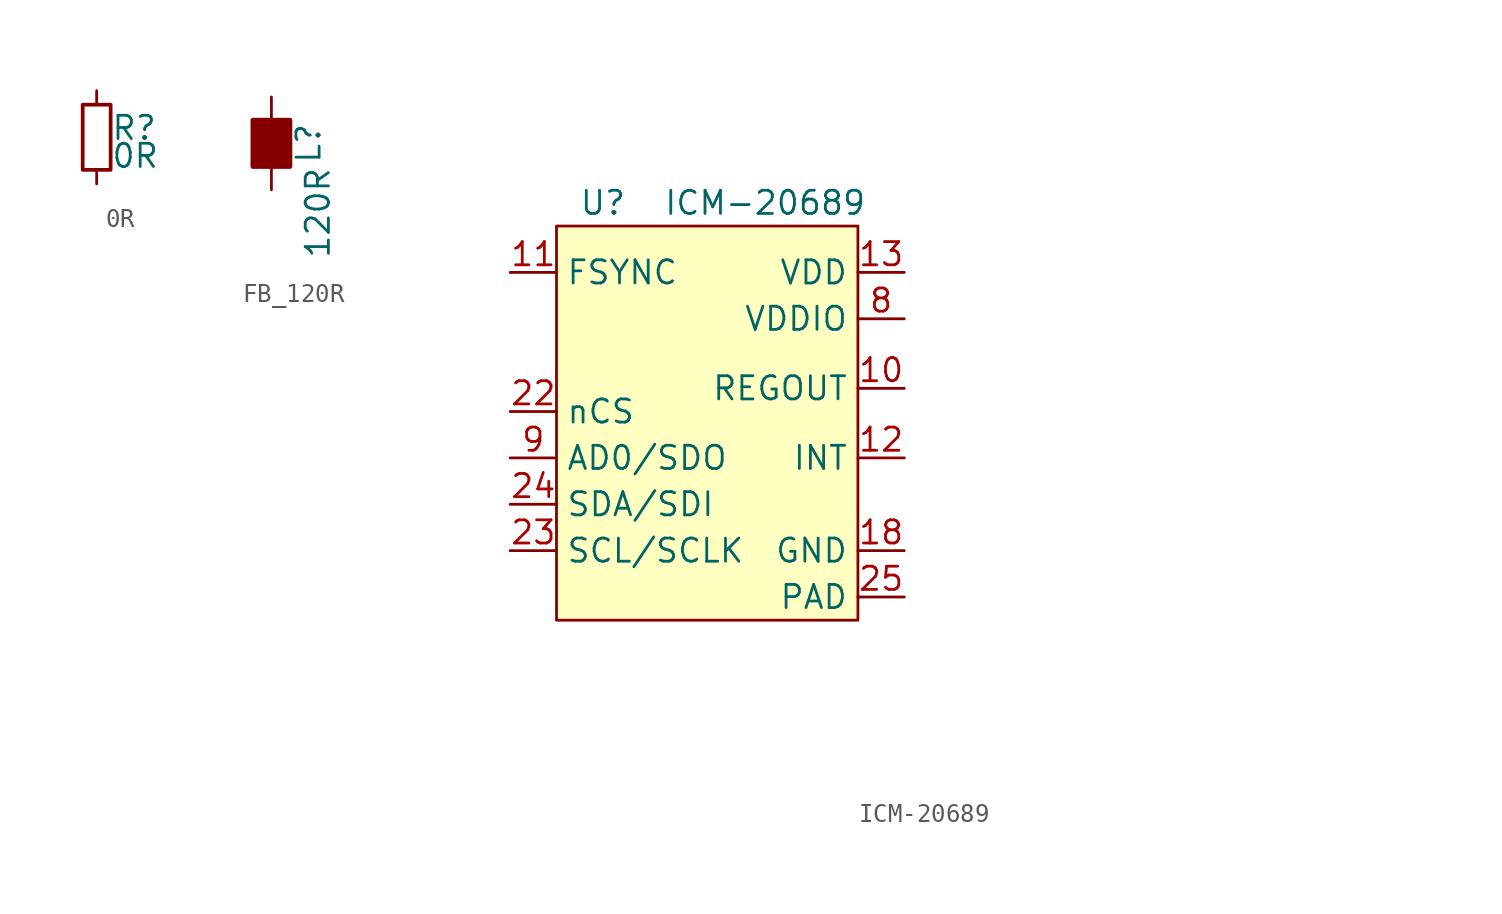
<source format=kicad_sym>
(kicad_symbol_lib
  (version 20220914)
  (generator kicad_symbol_editor)
  (symbol "0R"
    (pin_numbers hide)
    (pin_names
      (offset 0.254) hide)
    (property "Reference" "R"
      (at 0.762 0.508 0)
      (effects (font (size 1.27 1.27)) (justify left)))
    (property "Value" "0R"
      (at 0.762 -1.016 0)
      (effects (font (size 1.27 1.27)) (justify left)))
    (symbol "0R_0_1"
      (rectangle (start -0.762 1.778) (end 0.762 -1.778) (stroke (width 0.203) (type default)) (fill (type none))))
    (symbol "0R_1_1"
      (pin passive line (at 0 2.54 270) (length 0.762) (name "~" (effects (font (size 1.27 1.27)))) (number "1" (effects (font (size 1.27 1.27)))))
      (pin passive line (at 0 -2.54 90) (length 0.762) (name "~" (effects (font (size 1.27 1.27)))) (number "2" (effects (font (size 1.27 1.27)))))))
  (symbol "FB_120R"
    (pin_numbers hide)
    (pin_names
      (offset 0))
    (property "Reference" "L"
      (at 2.032 0 90)
      (effects (font (size 1.27 1.27))))
    (property "Value" "120R"
      (at 2.54 -3.81 90)
      (effects (font (size 1.27 1.27))))
    (symbol "FB_120R_1_1"
      (rectangle (start -1.016 1.27) (end 1.016 -1.27) (stroke (width 0.254) (type default)) (fill (type outline)))
      (pin passive line (at 0 2.54 270) (length 1.27) (name "~" (effects (font (size 1.27 1.27)))) (number "1" (effects (font (size 1.27 1.27)))))
      (pin passive line (at 0 -2.54 90) (length 1.27) (name "~" (effects (font (size 1.27 1.27)))) (number "2" (effects (font (size 1.27 1.27)))))))
  (symbol "ICM-20689"
    (property "Reference" "U"
      (at -6.35 10.16 0)
      (effects (font (size 1.27 1.27))))
    (property "Value" "ICM-20689"
      (at 2.54 10.16 0)
      (effects (font (size 1.27 1.27))))
    (symbol "ICM-20689_1_1"
      (rectangle (start -8.89 8.89) (end 7.62 -12.7) (stroke (width 0) (type default)) (fill (type background)))
      (pin no_connect line (at 31.75 13.97 0) (length 2.54) hide (name "NC" (effects (font (size 1.27 1.27)))) (number "1" (effects (font (size 1.27 1.27)))))
      (pin power_out line (at 10.16 0 180) (length 2.54) (name "REGOUT" (effects (font (size 1.27 1.27)))) (number "10" (effects (font (size 1.27 1.27)))))
      (pin input line (at -11.43 6.35 0) (length 2.54) (name "FSYNC" (effects (font (size 1.27 1.27)))) (number "11" (effects (font (size 1.27 1.27)))))
      (pin output line (at 10.16 -3.81 180) (length 2.54) (name "INT" (effects (font (size 1.27 1.27)))) (number "12" (effects (font (size 1.27 1.27)))))
      (pin power_in line (at 10.16 6.35 180) (length 2.54) (name "VDD" (effects (font (size 1.27 1.27)))) (number "13" (effects (font (size 1.27 1.27)))))
      (pin no_connect line (at 31.75 -3.81 0) (length 2.54) hide (name "NC" (effects (font (size 1.27 1.27)))) (number "14" (effects (font (size 1.27 1.27)))))
      (pin no_connect line (at 31.75 -6.35 0) (length 2.54) hide (name "NC" (effects (font (size 1.27 1.27)))) (number "15" (effects (font (size 1.27 1.27)))))
      (pin no_connect line (at 31.75 -8.89 0) (length 2.54) hide (name "NC" (effects (font (size 1.27 1.27)))) (number "16" (effects (font (size 1.27 1.27)))))
      (pin no_connect line (at 31.75 -11.43 0) (length 2.54) hide (name "NC" (effects (font (size 1.27 1.27)))) (number "17" (effects (font (size 1.27 1.27)))))
      (pin power_in line (at 10.16 -8.89 180) (length 2.54) (name "GND" (effects (font (size 1.27 1.27)))) (number "18" (effects (font (size 1.27 1.27)))))
      (pin no_connect line (at 31.75 -13.97 0) (length 2.54) hide (name "NC" (effects (font (size 1.27 1.27)))) (number "19" (effects (font (size 1.27 1.27)))))
      (pin no_connect line (at 31.75 11.43 0) (length 2.54) hide (name "NC" (effects (font (size 1.27 1.27)))) (number "2" (effects (font (size 1.27 1.27)))))
      (pin no_connect line (at 31.75 -16.51 0) (length 2.54) hide (name "NC" (effects (font (size 1.27 1.27)))) (number "20" (effects (font (size 1.27 1.27)))))
      (pin no_connect line (at 31.75 -19.05 0) (length 2.54) hide (name "NC" (effects (font (size 1.27 1.27)))) (number "21" (effects (font (size 1.27 1.27)))))
      (pin input line (at -11.43 -1.27 0) (length 2.54) (name "nCS" (effects (font (size 1.27 1.27)))) (number "22" (effects (font (size 1.27 1.27)))))
      (pin input line (at -11.43 -8.89 0) (length 2.54) (name "SCL/SCLK" (effects (font (size 1.27 1.27)))) (number "23" (effects (font (size 1.27 1.27)))))
      (pin bidirectional line (at -11.43 -6.35 0) (length 2.54) (name "SDA/SDI" (effects (font (size 1.27 1.27)))) (number "24" (effects (font (size 1.27 1.27)))))
      (pin power_in line (at 10.16 -11.43 180) (length 2.54) (name "PAD" (effects (font (size 1.27 1.27)))) (number "25" (effects (font (size 1.27 1.27)))))
      (pin no_connect line (at 31.75 8.89 0) (length 2.54) hide (name "NC" (effects (font (size 1.27 1.27)))) (number "3" (effects (font (size 1.27 1.27)))))
      (pin no_connect line (at 31.75 6.35 0) (length 2.54) hide (name "NC" (effects (font (size 1.27 1.27)))) (number "4" (effects (font (size 1.27 1.27)))))
      (pin no_connect line (at 31.75 3.81 0) (length 2.54) hide (name "NC" (effects (font (size 1.27 1.27)))) (number "5" (effects (font (size 1.27 1.27)))))
      (pin no_connect line (at 31.75 1.27 0) (length 2.54) hide (name "NC" (effects (font (size 1.27 1.27)))) (number "6" (effects (font (size 1.27 1.27)))))
      (pin no_connect line (at 31.75 -1.27 0) (length 2.54) hide (name "NC" (effects (font (size 1.27 1.27)))) (number "7" (effects (font (size 1.27 1.27)))))
      (pin power_in line (at 10.16 3.81 180) (length 2.54) (name "VDDIO" (effects (font (size 1.27 1.27)))) (number "8" (effects (font (size 1.27 1.27)))))
      (pin bidirectional line (at -11.43 -3.81 0) (length 2.54) (name "AD0/SDO" (effects (font (size 1.27 1.27)))) (number "9" (effects (font (size 1.27 1.27))))))))
</source>
